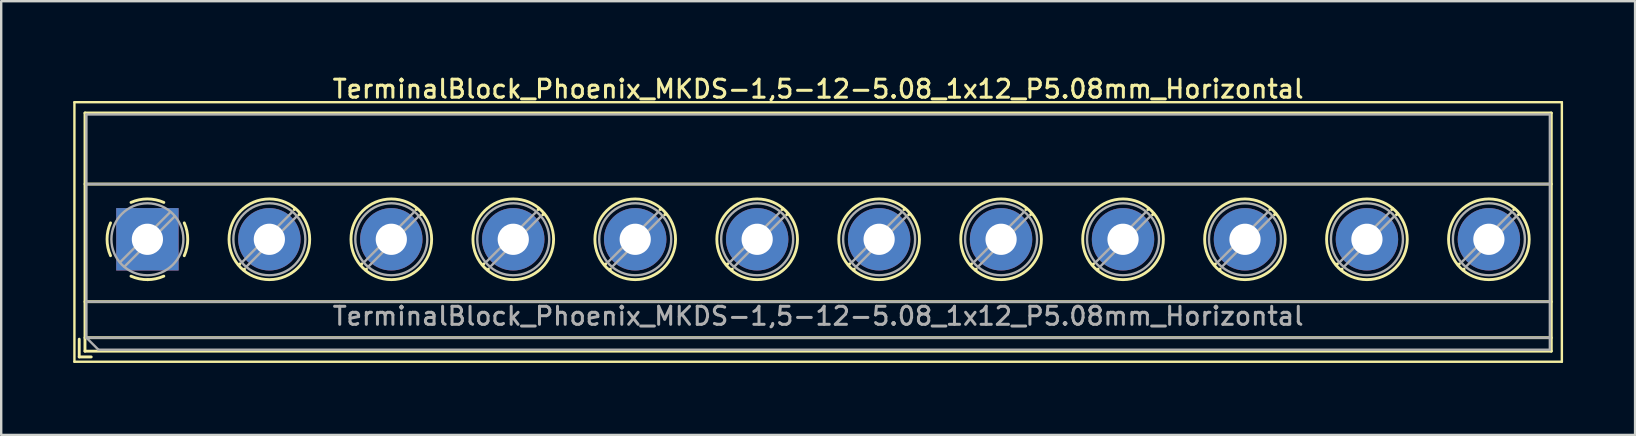
<source format=kicad_pcb>
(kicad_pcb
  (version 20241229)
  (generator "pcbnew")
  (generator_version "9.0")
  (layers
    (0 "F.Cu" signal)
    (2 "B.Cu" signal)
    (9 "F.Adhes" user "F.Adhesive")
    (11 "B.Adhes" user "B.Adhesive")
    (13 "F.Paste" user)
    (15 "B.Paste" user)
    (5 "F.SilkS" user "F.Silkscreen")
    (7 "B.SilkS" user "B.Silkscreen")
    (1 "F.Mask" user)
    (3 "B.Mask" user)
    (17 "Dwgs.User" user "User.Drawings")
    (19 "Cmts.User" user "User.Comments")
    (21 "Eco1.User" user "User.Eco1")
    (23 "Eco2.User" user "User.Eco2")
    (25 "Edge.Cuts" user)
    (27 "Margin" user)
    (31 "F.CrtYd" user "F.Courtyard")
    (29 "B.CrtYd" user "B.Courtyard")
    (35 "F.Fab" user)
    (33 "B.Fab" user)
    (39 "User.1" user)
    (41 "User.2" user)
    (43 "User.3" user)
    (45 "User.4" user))
  (footprint "TerminalBlock_Phoenix_MKDS-1,5-12-5.08_1x12_P5.08mm_Horizontal"
    (layer "F.Cu")
    (at 3.09 6.918)
    (property "Reference" "TerminalBlock_Phoenix_MKDS-1,5-12-5.08_1x12_P5.08mm_Horizontal" (at 27.94 -6.26 0) (layer "F.SilkS") (effects (font (size 0.75 0.75) (thickness 0.125))))
    (attr through_hole)
    (fp_line (start -3.04 -5.71) (end -3.04 5.1) (stroke (width 0.1) (type solid)) (layer "F.SilkS"))
    (fp_line (start -3.04 5.1) (end 58.92 5.1) (stroke (width 0.1) (type solid)) (layer "F.SilkS"))
    (fp_line (start -2.84 4.16) (end -2.84 4.9) (stroke (width 0.12) (type solid)) (layer "F.SilkS"))
    (fp_line (start -2.84 4.9) (end -2.34 4.9) (stroke (width 0.12) (type solid)) (layer "F.SilkS"))
    (fp_line (start -2.6 -5.261) (end -2.6 4.66) (stroke (width 0.12) (type solid)) (layer "F.SilkS"))
    (fp_line (start -2.6 -5.261) (end 58.48 -5.261) (stroke (width 0.12) (type solid)) (layer "F.SilkS"))
    (fp_line (start -2.6 -2.301) (end 58.48 -2.301) (stroke (width 0.12) (type solid)) (layer "F.SilkS"))
    (fp_line (start -2.6 2.6) (end 58.48 2.6) (stroke (width 0.12) (type solid)) (layer "F.SilkS"))
    (fp_line (start -2.6 4.1) (end 58.48 4.1) (stroke (width 0.12) (type solid)) (layer "F.SilkS"))
    (fp_line (start -2.6 4.66) (end 58.48 4.66) (stroke (width 0.12) (type solid)) (layer "F.SilkS"))
    (fp_line (start 3.853 1.023) (end 3.806 1.069) (stroke (width 0.12) (type solid)) (layer "F.SilkS"))
    (fp_line (start 4.046 1.239) (end 4.011 1.274) (stroke (width 0.12) (type solid)) (layer "F.SilkS"))
    (fp_line (start 6.15 -1.275) (end 6.115 -1.239) (stroke (width 0.12) (type solid)) (layer "F.SilkS"))
    (fp_line (start 6.355 -1.069) (end 6.308 -1.023) (stroke (width 0.12) (type solid)) (layer "F.SilkS"))
    (fp_line (start 8.933 1.023) (end 8.886 1.069) (stroke (width 0.12) (type solid)) (layer "F.SilkS"))
    (fp_line (start 9.126 1.239) (end 9.091 1.274) (stroke (width 0.12) (type solid)) (layer "F.SilkS"))
    (fp_line (start 11.23 -1.275) (end 11.195 -1.239) (stroke (width 0.12) (type solid)) (layer "F.SilkS"))
    (fp_line (start 11.435 -1.069) (end 11.388 -1.023) (stroke (width 0.12) (type solid)) (layer "F.SilkS"))
    (fp_line (start 14.013 1.023) (end 13.966 1.069) (stroke (width 0.12) (type solid)) (layer "F.SilkS"))
    (fp_line (start 14.206 1.239) (end 14.171 1.274) (stroke (width 0.12) (type solid)) (layer "F.SilkS"))
    (fp_line (start 16.31 -1.275) (end 16.275 -1.239) (stroke (width 0.12) (type solid)) (layer "F.SilkS"))
    (fp_line (start 16.515 -1.069) (end 16.468 -1.023) (stroke (width 0.12) (type solid)) (layer "F.SilkS"))
    (fp_line (start 19.093 1.023) (end 19.046 1.069) (stroke (width 0.12) (type solid)) (layer "F.SilkS"))
    (fp_line (start 19.286 1.239) (end 19.251 1.274) (stroke (width 0.12) (type solid)) (layer "F.SilkS"))
    (fp_line (start 21.39 -1.275) (end 21.355 -1.239) (stroke (width 0.12) (type solid)) (layer "F.SilkS"))
    (fp_line (start 21.595 -1.069) (end 21.548 -1.023) (stroke (width 0.12) (type solid)) (layer "F.SilkS"))
    (fp_line (start 24.173 1.023) (end 24.126 1.069) (stroke (width 0.12) (type solid)) (layer "F.SilkS"))
    (fp_line (start 24.366 1.239) (end 24.331 1.274) (stroke (width 0.12) (type solid)) (layer "F.SilkS"))
    (fp_line (start 26.47 -1.275) (end 26.435 -1.239) (stroke (width 0.12) (type solid)) (layer "F.SilkS"))
    (fp_line (start 26.675 -1.069) (end 26.628 -1.023) (stroke (width 0.12) (type solid)) (layer "F.SilkS"))
    (fp_line (start 29.253 1.023) (end 29.206 1.069) (stroke (width 0.12) (type solid)) (layer "F.SilkS"))
    (fp_line (start 29.446 1.239) (end 29.411 1.274) (stroke (width 0.12) (type solid)) (layer "F.SilkS"))
    (fp_line (start 31.55 -1.275) (end 31.515 -1.239) (stroke (width 0.12) (type solid)) (layer "F.SilkS"))
    (fp_line (start 31.755 -1.069) (end 31.708 -1.023) (stroke (width 0.12) (type solid)) (layer "F.SilkS"))
    (fp_line (start 34.333 1.023) (end 34.286 1.069) (stroke (width 0.12) (type solid)) (layer "F.SilkS"))
    (fp_line (start 34.526 1.239) (end 34.491 1.274) (stroke (width 0.12) (type solid)) (layer "F.SilkS"))
    (fp_line (start 36.63 -1.275) (end 36.595 -1.239) (stroke (width 0.12) (type solid)) (layer "F.SilkS"))
    (fp_line (start 36.835 -1.069) (end 36.788 -1.023) (stroke (width 0.12) (type solid)) (layer "F.SilkS"))
    (fp_line (start 39.413 1.023) (end 39.366 1.069) (stroke (width 0.12) (type solid)) (layer "F.SilkS"))
    (fp_line (start 39.606 1.239) (end 39.571 1.274) (stroke (width 0.12) (type solid)) (layer "F.SilkS"))
    (fp_line (start 41.71 -1.275) (end 41.675 -1.239) (stroke (width 0.12) (type solid)) (layer "F.SilkS"))
    (fp_line (start 41.915 -1.069) (end 41.868 -1.023) (stroke (width 0.12) (type solid)) (layer "F.SilkS"))
    (fp_line (start 44.493 1.023) (end 44.446 1.069) (stroke (width 0.12) (type solid)) (layer "F.SilkS"))
    (fp_line (start 44.686 1.239) (end 44.651 1.274) (stroke (width 0.12) (type solid)) (layer "F.SilkS"))
    (fp_line (start 46.79 -1.275) (end 46.755 -1.239) (stroke (width 0.12) (type solid)) (layer "F.SilkS"))
    (fp_line (start 46.995 -1.069) (end 46.948 -1.023) (stroke (width 0.12) (type solid)) (layer "F.SilkS"))
    (fp_line (start 49.573 1.023) (end 49.526 1.069) (stroke (width 0.12) (type solid)) (layer "F.SilkS"))
    (fp_line (start 49.766 1.239) (end 49.731 1.274) (stroke (width 0.12) (type solid)) (layer "F.SilkS"))
    (fp_line (start 51.87 -1.275) (end 51.835 -1.239) (stroke (width 0.12) (type solid)) (layer "F.SilkS"))
    (fp_line (start 52.075 -1.069) (end 52.028 -1.023) (stroke (width 0.12) (type solid)) (layer "F.SilkS"))
    (fp_line (start 54.653 1.023) (end 54.606 1.069) (stroke (width 0.12) (type solid)) (layer "F.SilkS"))
    (fp_line (start 54.846 1.239) (end 54.811 1.274) (stroke (width 0.12) (type solid)) (layer "F.SilkS"))
    (fp_line (start 56.95 -1.275) (end 56.915 -1.239) (stroke (width 0.12) (type solid)) (layer "F.SilkS"))
    (fp_line (start 57.155 -1.069) (end 57.108 -1.023) (stroke (width 0.12) (type solid)) (layer "F.SilkS"))
    (fp_line (start 58.48 -5.261) (end 58.48 4.66) (stroke (width 0.12) (type solid)) (layer "F.SilkS"))
    (fp_line (start 58.92 -5.71) (end -3.04 -5.71) (stroke (width 0.1) (type solid)) (layer "F.SilkS"))
    (fp_line (start 58.92 5.1) (end 58.92 -5.71) (stroke (width 0.1) (type solid)) (layer "F.SilkS"))
    (fp_arc (start -1.535427 0.683042) (mid -1.680501 -0.000524) (end -1.535 -0.684) (stroke (width 0.12) (type solid)) (layer "F.SilkS"))
    (fp_arc (start -0.683042 -1.535427) (mid 0.000524 -1.680501) (end 0.684 -1.535) (stroke (width 0.12) (type solid)) (layer "F.SilkS"))
    (fp_arc (start 0.028805 1.680253) (mid -0.335551 1.646659) (end -0.684 1.535) (stroke (width 0.12) (type solid)) (layer "F.SilkS"))
    (fp_arc (start 0.683318 1.534756) (mid 0.349292 1.643288) (end 0 1.68) (stroke (width 0.12) (type solid)) (layer "F.SilkS"))
    (fp_arc (start 1.535427 -0.683042) (mid 1.680501 0.000524) (end 1.535 0.684) (stroke (width 0.12) (type solid)) (layer "F.SilkS"))
    (fp_circle (center 5.08 0) (end 6.76 0) (stroke (width 0.12) (type solid)) (fill no) (layer "F.SilkS"))
    (fp_circle (center 10.16 0) (end 11.84 0) (stroke (width 0.12) (type solid)) (fill no) (layer "F.SilkS"))
    (fp_circle (center 15.24 0) (end 16.92 0) (stroke (width 0.12) (type solid)) (fill no) (layer "F.SilkS"))
    (fp_circle (center 20.32 0) (end 22 0) (stroke (width 0.12) (type solid)) (fill no) (layer "F.SilkS"))
    (fp_circle (center 25.4 0) (end 27.08 0) (stroke (width 0.12) (type solid)) (fill no) (layer "F.SilkS"))
    (fp_circle (center 30.48 0) (end 32.16 0) (stroke (width 0.12) (type solid)) (fill no) (layer "F.SilkS"))
    (fp_circle (center 35.56 0) (end 37.24 0) (stroke (width 0.12) (type solid)) (fill no) (layer "F.SilkS"))
    (fp_circle (center 40.64 0) (end 42.32 0) (stroke (width 0.12) (type solid)) (fill no) (layer "F.SilkS"))
    (fp_circle (center 45.72 0) (end 47.4 0) (stroke (width 0.12) (type solid)) (fill no) (layer "F.SilkS"))
    (fp_circle (center 50.8 0) (end 52.48 0) (stroke (width 0.12) (type solid)) (fill no) (layer "F.SilkS"))
    (fp_circle (center 55.88 0) (end 57.56 0) (stroke (width 0.12) (type solid)) (fill no) (layer "F.SilkS"))
    (fp_line (start -2.54 -5.2) (end 58.42 -5.2) (stroke (width 0.1) (type solid)) (layer "F.Fab"))
    (fp_line (start -2.54 -2.3) (end 58.42 -2.3) (stroke (width 0.1) (type solid)) (layer "F.Fab"))
    (fp_line (start -2.54 2.6) (end 58.42 2.6) (stroke (width 0.1) (type solid)) (layer "F.Fab"))
    (fp_line (start -2.54 4.1) (end -2.54 -5.2) (stroke (width 0.1) (type solid)) (layer "F.Fab"))
    (fp_line (start -2.54 4.1) (end 58.42 4.1) (stroke (width 0.1) (type solid)) (layer "F.Fab"))
    (fp_line (start -2.04 4.6) (end -2.54 4.1) (stroke (width 0.1) (type solid)) (layer "F.Fab"))
    (fp_line (start 0.955 -1.138) (end -1.138 0.955) (stroke (width 0.1) (type solid)) (layer "F.Fab"))
    (fp_line (start 1.138 -0.955) (end -0.955 1.138) (stroke (width 0.1) (type solid)) (layer "F.Fab"))
    (fp_line (start 6.035 -1.138) (end 3.943 0.955) (stroke (width 0.1) (type solid)) (layer "F.Fab"))
    (fp_line (start 6.218 -0.955) (end 4.126 1.138) (stroke (width 0.1) (type solid)) (layer "F.Fab"))
    (fp_line (start 11.115 -1.138) (end 9.023 0.955) (stroke (width 0.1) (type solid)) (layer "F.Fab"))
    (fp_line (start 11.298 -0.955) (end 9.206 1.138) (stroke (width 0.1) (type solid)) (layer "F.Fab"))
    (fp_line (start 16.195 -1.138) (end 14.103 0.955) (stroke (width 0.1) (type solid)) (layer "F.Fab"))
    (fp_line (start 16.378 -0.955) (end 14.286 1.138) (stroke (width 0.1) (type solid)) (layer "F.Fab"))
    (fp_line (start 21.275 -1.138) (end 19.183 0.955) (stroke (width 0.1) (type solid)) (layer "F.Fab"))
    (fp_line (start 21.458 -0.955) (end 19.366 1.138) (stroke (width 0.1) (type solid)) (layer "F.Fab"))
    (fp_line (start 26.355 -1.138) (end 24.263 0.955) (stroke (width 0.1) (type solid)) (layer "F.Fab"))
    (fp_line (start 26.538 -0.955) (end 24.446 1.138) (stroke (width 0.1) (type solid)) (layer "F.Fab"))
    (fp_line (start 31.435 -1.138) (end 29.343 0.955) (stroke (width 0.1) (type solid)) (layer "F.Fab"))
    (fp_line (start 31.618 -0.955) (end 29.526 1.138) (stroke (width 0.1) (type solid)) (layer "F.Fab"))
    (fp_line (start 36.515 -1.138) (end 34.423 0.955) (stroke (width 0.1) (type solid)) (layer "F.Fab"))
    (fp_line (start 36.698 -0.955) (end 34.606 1.138) (stroke (width 0.1) (type solid)) (layer "F.Fab"))
    (fp_line (start 41.595 -1.138) (end 39.503 0.955) (stroke (width 0.1) (type solid)) (layer "F.Fab"))
    (fp_line (start 41.778 -0.955) (end 39.686 1.138) (stroke (width 0.1) (type solid)) (layer "F.Fab"))
    (fp_line (start 46.675 -1.138) (end 44.583 0.955) (stroke (width 0.1) (type solid)) (layer "F.Fab"))
    (fp_line (start 46.858 -0.955) (end 44.766 1.138) (stroke (width 0.1) (type solid)) (layer "F.Fab"))
    (fp_line (start 51.755 -1.138) (end 49.663 0.955) (stroke (width 0.1) (type solid)) (layer "F.Fab"))
    (fp_line (start 51.938 -0.955) (end 49.846 1.138) (stroke (width 0.1) (type solid)) (layer "F.Fab"))
    (fp_line (start 56.835 -1.138) (end 54.743 0.955) (stroke (width 0.1) (type solid)) (layer "F.Fab"))
    (fp_line (start 57.018 -0.955) (end 54.926 1.138) (stroke (width 0.1) (type solid)) (layer "F.Fab"))
    (fp_line (start 58.42 -5.2) (end 58.42 4.6) (stroke (width 0.1) (type solid)) (layer "F.Fab"))
    (fp_line (start 58.42 4.6) (end -2.04 4.6) (stroke (width 0.1) (type solid)) (layer "F.Fab"))
    (fp_circle (center 0 0) (end 1.5 0) (stroke (width 0.1) (type solid)) (fill no) (layer "F.Fab"))
    (fp_circle (center 5.08 0) (end 6.58 0) (stroke (width 0.1) (type solid)) (fill no) (layer "F.Fab"))
    (fp_circle (center 10.16 0) (end 11.66 0) (stroke (width 0.1) (type solid)) (fill no) (layer "F.Fab"))
    (fp_circle (center 15.24 0) (end 16.74 0) (stroke (width 0.1) (type solid)) (fill no) (layer "F.Fab"))
    (fp_circle (center 20.32 0) (end 21.82 0) (stroke (width 0.1) (type solid)) (fill no) (layer "F.Fab"))
    (fp_circle (center 25.4 0) (end 26.9 0) (stroke (width 0.1) (type solid)) (fill no) (layer "F.Fab"))
    (fp_circle (center 30.48 0) (end 31.98 0) (stroke (width 0.1) (type solid)) (fill no) (layer "F.Fab"))
    (fp_circle (center 35.56 0) (end 37.06 0) (stroke (width 0.1) (type solid)) (fill no) (layer "F.Fab"))
    (fp_circle (center 40.64 0) (end 42.14 0) (stroke (width 0.1) (type solid)) (fill no) (layer "F.Fab"))
    (fp_circle (center 45.72 0) (end 47.22 0) (stroke (width 0.1) (type solid)) (fill no) (layer "F.Fab"))
    (fp_circle (center 50.8 0) (end 52.3 0) (stroke (width 0.1) (type solid)) (fill no) (layer "F.Fab"))
    (fp_circle (center 55.88 0) (end 57.38 0) (stroke (width 0.1) (type solid)) (fill no) (layer "F.Fab"))
    (fp_text user "${REFERENCE}" (at 27.94 3.2 0) (layer "F.Fab") (effects (font (size 0.75 0.75) (thickness 0.125))))
    (pad "1" thru_hole rect (at 0 0) (size 2.6 2.6) (drill 1.3) (layers "*.Cu" "*.Mask"))
    (pad "2" thru_hole circle (at 5.08 0) (size 2.6 2.6) (drill 1.3) (layers "*.Cu" "*.Mask"))
    (pad "3" thru_hole circle (at 10.16 0) (size 2.6 2.6) (drill 1.3) (layers "*.Cu" "*.Mask"))
    (pad "4" thru_hole circle (at 15.24 0) (size 2.6 2.6) (drill 1.3) (layers "*.Cu" "*.Mask"))
    (pad "5" thru_hole circle (at 20.32 0) (size 2.6 2.6) (drill 1.3) (layers "*.Cu" "*.Mask"))
    (pad "6" thru_hole circle (at 25.4 0) (size 2.6 2.6) (drill 1.3) (layers "*.Cu" "*.Mask"))
    (pad "7" thru_hole circle (at 30.48 0) (size 2.6 2.6) (drill 1.3) (layers "*.Cu" "*.Mask"))
    (pad "8" thru_hole circle (at 35.56 0) (size 2.6 2.6) (drill 1.3) (layers "*.Cu" "*.Mask"))
    (pad "9" thru_hole circle (at 40.64 0) (size 2.6 2.6) (drill 1.3) (layers "*.Cu" "*.Mask"))
    (pad "10" thru_hole circle (at 45.72 0) (size 2.6 2.6) (drill 1.3) (layers "*.Cu" "*.Mask"))
    (pad "11" thru_hole circle (at 50.8 0) (size 2.6 2.6) (drill 1.3) (layers "*.Cu" "*.Mask"))
    (pad "12" thru_hole circle (at 55.88 0) (size 2.6 2.6) (drill 1.3) (layers "*.Cu" "*.Mask")))
  (gr_rect
    (start -3 -3)
    (end 65.06 15.068)
    (stroke (width 0.1) (type default))
    (fill no)
    (layer "Edge.Cuts")))
</source>
